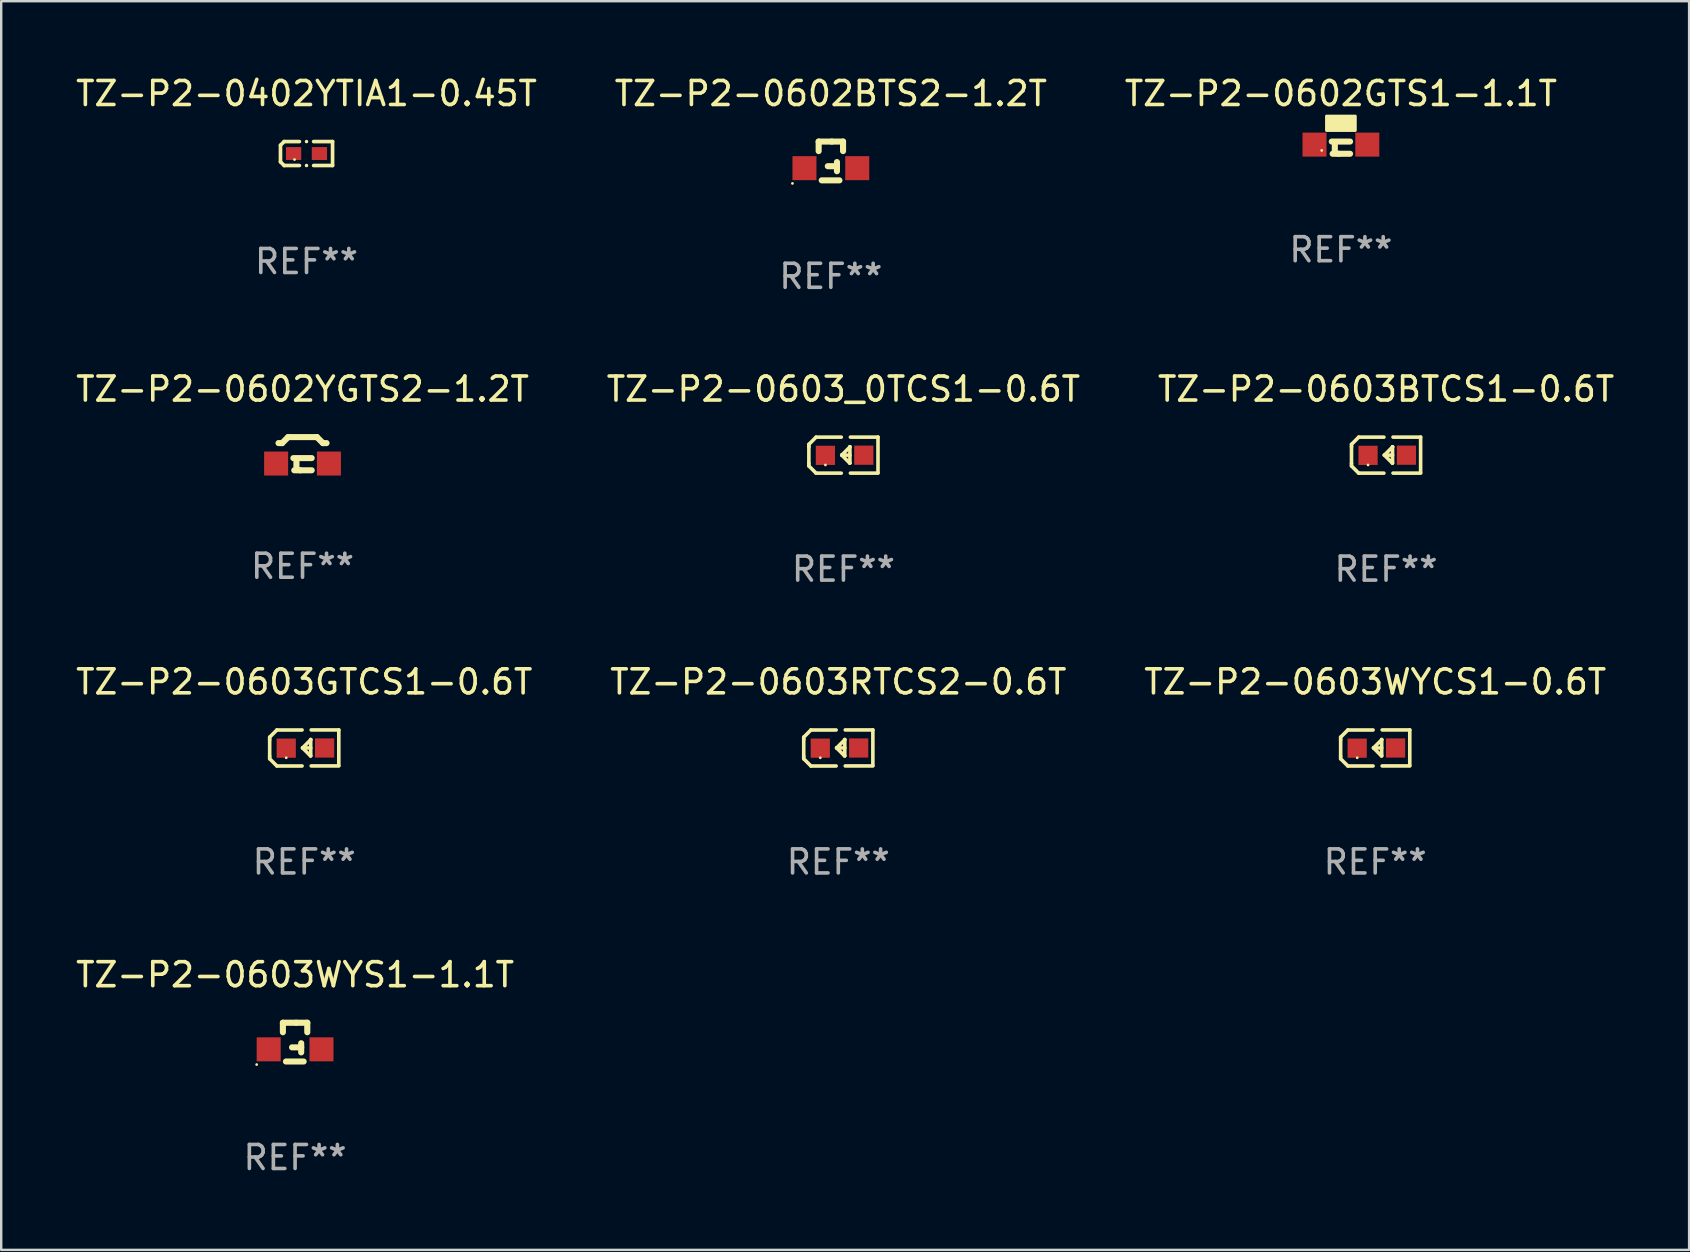
<source format=kicad_pcb>
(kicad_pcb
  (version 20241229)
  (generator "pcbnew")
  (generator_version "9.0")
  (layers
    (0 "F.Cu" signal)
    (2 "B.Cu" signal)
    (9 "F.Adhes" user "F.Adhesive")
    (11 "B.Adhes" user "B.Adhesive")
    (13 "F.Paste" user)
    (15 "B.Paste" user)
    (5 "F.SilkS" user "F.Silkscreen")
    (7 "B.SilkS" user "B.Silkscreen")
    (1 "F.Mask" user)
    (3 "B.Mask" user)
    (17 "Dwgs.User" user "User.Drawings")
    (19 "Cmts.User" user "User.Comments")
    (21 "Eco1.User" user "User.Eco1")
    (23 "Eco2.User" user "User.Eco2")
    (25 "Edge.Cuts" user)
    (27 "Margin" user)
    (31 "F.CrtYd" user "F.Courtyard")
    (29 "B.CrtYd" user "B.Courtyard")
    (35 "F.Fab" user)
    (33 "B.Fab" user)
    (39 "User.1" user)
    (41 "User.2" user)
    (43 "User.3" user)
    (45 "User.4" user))
  (footprint "TZ-P2-0603WYCS1-0.6T"
    (layer "F.Cu")
    (at 54.244 28.111)
    (property "Reference" "TZ-P2-0603WYCS1-0.6T" (at 0 -2.751 0) (layer "F.SilkS") (effects (font (size 1 1) (thickness 0.15))))
    (attr through_hole)
    (fp_line (start -1.44 -0.449) (end -1.14 -0.749) (stroke (width 0.15) (type solid)) (layer "F.SilkS"))
    (fp_line (start -1.44 -0.349) (end -1.44 -0.449) (stroke (width 0.15) (type solid)) (layer "F.SilkS"))
    (fp_line (start -1.44 -0.349) (end -1.44 0.351) (stroke (width 0.15) (type solid)) (layer "F.SilkS"))
    (fp_line (start -1.44 0.351) (end -1.44 0.451) (stroke (width 0.15) (type solid)) (layer "F.SilkS"))
    (fp_line (start -1.44 0.451) (end -1.14 0.751) (stroke (width 0.15) (type solid)) (layer "F.SilkS"))
    (fp_line (start -0.09 -0.749) (end -1.14 -0.749) (stroke (width 0.15) (type solid)) (layer "F.SilkS"))
    (fp_line (start -0.09 0.751) (end -1.14 0.751) (stroke (width 0.15) (type solid)) (layer "F.SilkS"))
    (fp_line (start 0.26 0.329) (end -0.07 -0.001) (stroke (width 0.15) (type solid)) (layer "F.SilkS"))
    (fp_line (start 0.27 -0.351) (end 0.27 -0.341) (stroke (width 0.15) (type solid)) (layer "F.SilkS"))
    (fp_line (start 0.27 -0.351) (end 0.27 0.329) (stroke (width 0.15) (type solid)) (layer "F.SilkS"))
    (fp_line (start 0.27 -0.341) (end -0.07 -0.001) (stroke (width 0.15) (type solid)) (layer "F.SilkS"))
    (fp_line (start 0.27 -0.001) (end -0.07 -0.001) (stroke (width 0.15) (type solid)) (layer "F.SilkS"))
    (fp_line (start 0.27 0.329) (end 0.26 0.329) (stroke (width 0.15) (type solid)) (layer "F.SilkS"))
    (fp_line (start 0.29 -0.751) (end 1.44 -0.751) (stroke (width 0.15) (type solid)) (layer "F.SilkS"))
    (fp_line (start 0.29 0.749) (end 1.44 0.749) (stroke (width 0.15) (type solid)) (layer "F.SilkS"))
    (fp_line (start 1.44 -0.751) (end 1.44 0.729) (stroke (width 0.15) (type solid)) (layer "F.SilkS"))
    (fp_circle (center -0.75 0.409) (end -0.72 0.409) (stroke (width 0.06) (type solid)) (fill no) (layer "F.SilkS"))
    (fp_text user "REF**" (at 0 4.751 0) (layer "F.Fab") (effects (font (size 1 1) (thickness 0.15))))
    (pad "1" smd rect (at -0.75 0.009 90) (size 0.8 0.8) (layers "F.Cu" "F.Mask" "F.Paste"))
    (pad "2" smd rect (at 0.849 0.002 90) (size 0.8 0.8) (layers "F.Cu" "F.Mask" "F.Paste")))
  (footprint "TZ-P2-0602BTS2-1.2T"
    (layer "F.Cu")
    (at 31.565 3.656)
    (property "Reference" "TZ-P2-0602BTS2-1.2T" (at 0 -2.808 0) (layer "F.SilkS") (effects (font (size 1 1) (thickness 0.15))))
    (attr through_hole)
    (fp_line (start -0.508 -0.808) (end -0.508 -0.412) (stroke (width 0.254) (type solid)) (layer "F.SilkS"))
    (fp_line (start -0.381 0.808) (end 0.357 0.808) (stroke (width 0.254) (type solid)) (layer "F.SilkS"))
    (fp_line (start 0.043 -0.808) (end -0.508 -0.808) (stroke (width 0.254) (type solid)) (layer "F.SilkS"))
    (fp_line (start 0.043 -0.808) (end 0.508 -0.808) (stroke (width 0.254) (type solid)) (layer "F.SilkS"))
    (fp_line (start 0.254 0.046) (end 0.254 0.427) (stroke (width 0.254) (type solid)) (layer "F.SilkS"))
    (fp_line (start 0.254 0.218) (end -0.127 0.218) (stroke (width 0.254) (type solid)) (layer "F.SilkS"))
    (fp_line (start 0.508 -0.808) (end 0.508 -0.412) (stroke (width 0.254) (type solid)) (layer "F.SilkS"))
    (fp_circle (center -1.6 0.935) (end -1.57 0.935) (stroke (width 0.06) (type solid)) (fill no) (layer "F.SilkS"))
    (fp_text user "REF**" (at 0 4.808 0) (layer "F.Fab") (effects (font (size 1 1) (thickness 0.15))))
    (pad "1" smd rect (at -1.1 0.3) (size 1 1) (layers "F.Cu" "F.Mask" "F.Paste"))
    (pad "2" smd rect (at 1.1 0.3) (size 1 1) (layers "F.Cu" "F.Mask" "F.Paste")))
  (footprint "TZ-P2-0603RTCS2-0.6T"
    (layer "F.Cu")
    (at 31.875 28.111)
    (property "Reference" "TZ-P2-0603RTCS2-0.6T" (at 0 -2.751 0) (layer "F.SilkS") (effects (font (size 1 1) (thickness 0.15))))
    (attr through_hole)
    (fp_line (start -1.44 -0.449) (end -1.14 -0.749) (stroke (width 0.15) (type solid)) (layer "F.SilkS"))
    (fp_line (start -1.44 -0.349) (end -1.44 -0.449) (stroke (width 0.15) (type solid)) (layer "F.SilkS"))
    (fp_line (start -1.44 -0.349) (end -1.44 0.351) (stroke (width 0.15) (type solid)) (layer "F.SilkS"))
    (fp_line (start -1.44 0.351) (end -1.44 0.451) (stroke (width 0.15) (type solid)) (layer "F.SilkS"))
    (fp_line (start -1.44 0.451) (end -1.14 0.751) (stroke (width 0.15) (type solid)) (layer "F.SilkS"))
    (fp_line (start -0.09 -0.749) (end -1.14 -0.749) (stroke (width 0.15) (type solid)) (layer "F.SilkS"))
    (fp_line (start -0.09 0.751) (end -1.14 0.751) (stroke (width 0.15) (type solid)) (layer "F.SilkS"))
    (fp_line (start 0.26 0.329) (end -0.07 -0.001) (stroke (width 0.15) (type solid)) (layer "F.SilkS"))
    (fp_line (start 0.27 -0.351) (end 0.27 -0.341) (stroke (width 0.15) (type solid)) (layer "F.SilkS"))
    (fp_line (start 0.27 -0.351) (end 0.27 0.329) (stroke (width 0.15) (type solid)) (layer "F.SilkS"))
    (fp_line (start 0.27 -0.341) (end -0.07 -0.001) (stroke (width 0.15) (type solid)) (layer "F.SilkS"))
    (fp_line (start 0.27 -0.001) (end -0.07 -0.001) (stroke (width 0.15) (type solid)) (layer "F.SilkS"))
    (fp_line (start 0.27 0.329) (end 0.26 0.329) (stroke (width 0.15) (type solid)) (layer "F.SilkS"))
    (fp_line (start 0.29 -0.751) (end 1.44 -0.751) (stroke (width 0.15) (type solid)) (layer "F.SilkS"))
    (fp_line (start 0.29 0.749) (end 1.44 0.749) (stroke (width 0.15) (type solid)) (layer "F.SilkS"))
    (fp_line (start 1.44 -0.751) (end 1.44 0.729) (stroke (width 0.15) (type solid)) (layer "F.SilkS"))
    (fp_circle (center -0.75 0.409) (end -0.72 0.409) (stroke (width 0.06) (type solid)) (fill no) (layer "F.SilkS"))
    (fp_text user "REF**" (at 0 4.751 0) (layer "F.Fab") (effects (font (size 1 1) (thickness 0.15))))
    (pad "1" smd rect (at -0.75 0.009 90) (size 0.8 0.8) (layers "F.Cu" "F.Mask" "F.Paste"))
    (pad "2" smd rect (at 0.849 0.002 90) (size 0.8 0.8) (layers "F.Cu" "F.Mask" "F.Paste")))
  (footprint "TZ-P2-0402YTIA1-0.45T"
    (layer "F.Cu")
    (at 9.72 3.347)
    (property "Reference" "TZ-P2-0402YTIA1-0.45T" (at 0 -2.499 0) (layer "F.SilkS") (effects (font (size 1 1) (thickness 0.15))))
    (attr through_hole)
    (fp_line (start -1.085 -0.346) (end -0.933 -0.499) (stroke (width 0.152) (type solid)) (layer "F.SilkS"))
    (fp_line (start -1.085 0.346) (end -1.085 -0.346) (stroke (width 0.152) (type solid)) (layer "F.SilkS"))
    (fp_line (start -0.933 -0.499) (end -0.296 -0.499) (stroke (width 0.152) (type solid)) (layer "F.SilkS"))
    (fp_line (start -0.933 0.499) (end -1.085 0.346) (stroke (width 0.152) (type solid)) (layer "F.SilkS"))
    (fp_line (start -0.296 0.499) (end -0.933 0.499) (stroke (width 0.152) (type solid)) (layer "F.SilkS"))
    (fp_line (start 0.296 0.499) (end 1.085 0.499) (stroke (width 0.152) (type solid)) (layer "F.SilkS"))
    (fp_line (start 1.085 -0.499) (end 0.296 -0.499) (stroke (width 0.152) (type solid)) (layer "F.SilkS"))
    (fp_line (start 1.085 0.499) (end 1.085 -0.499) (stroke (width 0.152) (type solid)) (layer "F.SilkS"))
    (fp_circle (center -0.5 0.25) (end -0.47 0.25) (stroke (width 0.06) (type solid)) (fill no) (layer "F.SilkS"))
    (fp_circle (center 0 -0.499) (end 0.038 -0.499) (stroke (width 0.076) (type solid)) (fill no) (layer "F.SilkS"))
    (fp_circle (center 0 0.499) (end 0.038 0.499) (stroke (width 0.076) (type solid)) (fill no) (layer "F.SilkS"))
    (fp_text user "REF**" (at 0 4.499 0) (layer "F.Fab") (effects (font (size 1 1) (thickness 0.15))))
    (pad "1" smd rect (at -0.538 0) (size 0.636 0.54) (layers "F.Cu" "F.Mask" "F.Paste"))
    (pad "2" smd rect (at 0.538 0) (size 0.636 0.54) (layers "F.Cu" "F.Mask" "F.Paste")))
  (footprint "TZ-P2-0602YGTS2-1.2T"
    (layer "F.Cu")
    (at 9.554 15.852)
    (property "Reference" "TZ-P2-0602YGTS2-1.2T" (at 0 -2.691 0) (layer "F.SilkS") (effects (font (size 1 1) (thickness 0.15))))
    (attr through_hole)
    (fp_line (start -1 -0.442) (end -0.85 -0.442) (stroke (width 0.254) (type solid)) (layer "F.SilkS"))
    (fp_line (start -0.85 -0.442) (end -0.6 -0.691) (stroke (width 0.254) (type solid)) (layer "F.SilkS"))
    (fp_line (start -0.6 -0.691) (end 0.6 -0.691) (stroke (width 0.254) (type solid)) (layer "F.SilkS"))
    (fp_line (start -0.344 0.691) (end -0.092 0.691) (stroke (width 0.254) (type solid)) (layer "F.SilkS"))
    (fp_line (start -0.254 0.564) (end -0.254 0.31) (stroke (width 0.254) (type solid)) (layer "F.SilkS"))
    (fp_line (start -0.092 0.691) (end 0.381 0.691) (stroke (width 0.254) (type solid)) (layer "F.SilkS"))
    (fp_line (start 0.381 0.183) (end -0.381 0.183) (stroke (width 0.254) (type solid)) (layer "F.SilkS"))
    (fp_line (start 0.6 -0.691) (end 0.85 -0.442) (stroke (width 0.254) (type solid)) (layer "F.SilkS"))
    (fp_line (start 0.85 -0.442) (end 1 -0.442) (stroke (width 0.254) (type solid)) (layer "F.SilkS"))
    (fp_circle (center 0.8 -0.534) (end 0.83 -0.534) (stroke (width 0.06) (type solid)) (fill no) (layer "F.SilkS"))
    (fp_text user "REF**" (at 0 4.691 0) (layer "F.Fab") (effects (font (size 1 1) (thickness 0.15))))
    (pad "1" smd rect (at 1.1 0.41) (size 1 1) (layers "F.Cu" "F.Mask" "F.Paste"))
    (pad "2" smd rect (at -1.1 0.41) (size 1 1) (layers "F.Cu" "F.Mask" "F.Paste")))
  (footprint "TZ-P2-0602GTS1-1.1T"
    (layer "F.Cu")
    (at 52.815 3.102)
    (property "Reference" "TZ-P2-0602GTS1-1.1T" (at 0 -2.254 0) (layer "F.SilkS") (effects (font (size 1 1) (thickness 0.15))))
    (attr through_hole)
    (fp_line (start -0.344 0.254) (end -0.092 0.254) (stroke (width 0.254) (type solid)) (layer "F.SilkS"))
    (fp_line (start -0.254 0.127) (end -0.254 -0.127) (stroke (width 0.254) (type solid)) (layer "F.SilkS"))
    (fp_line (start -0.092 0.254) (end 0.381 0.254) (stroke (width 0.254) (type solid)) (layer "F.SilkS"))
    (fp_line (start 0.381 -0.254) (end -0.381 -0.254) (stroke (width 0.254) (type solid)) (layer "F.SilkS"))
    (fp_circle (center -0.8 0.115) (end -0.77 0.115) (stroke (width 0.06) (type solid)) (fill no) (layer "F.SilkS"))
    (fp_poly (pts (xy -0.6 -1.316) (xy 0.6 -1.316) (xy 0.6 -0.716) (xy -0.6 -0.716)) (stroke (width 0.12) (type solid)) (fill yes) (layer "F.SilkS"))
    (fp_text user "REF**" (at 0 4.254 0) (layer "F.Fab") (effects (font (size 1 1) (thickness 0.15))))
    (pad "1" smd rect (at -1.1 -0.127) (size 1 1) (layers "F.Cu" "F.Mask" "F.Paste"))
    (pad "2" smd rect (at 1.1 -0.127) (size 1 1) (layers "F.Cu" "F.Mask" "F.Paste")))
  (footprint "TZ-P2-0603WYS1-1.1T"
    (layer "F.Cu")
    (at 9.244 40.367)
    (property "Reference" "TZ-P2-0603WYS1-1.1T" (at 0 -2.808 0) (layer "F.SilkS") (effects (font (size 1 1) (thickness 0.15))))
    (attr through_hole)
    (fp_line (start -0.508 -0.808) (end -0.508 -0.412) (stroke (width 0.254) (type solid)) (layer "F.SilkS"))
    (fp_line (start -0.381 0.808) (end 0.357 0.808) (stroke (width 0.254) (type solid)) (layer "F.SilkS"))
    (fp_line (start 0.043 -0.808) (end -0.508 -0.808) (stroke (width 0.254) (type solid)) (layer "F.SilkS"))
    (fp_line (start 0.043 -0.808) (end 0.508 -0.808) (stroke (width 0.254) (type solid)) (layer "F.SilkS"))
    (fp_line (start 0.254 0.046) (end 0.254 0.427) (stroke (width 0.254) (type solid)) (layer "F.SilkS"))
    (fp_line (start 0.254 0.218) (end -0.127 0.218) (stroke (width 0.254) (type solid)) (layer "F.SilkS"))
    (fp_line (start 0.508 -0.808) (end 0.508 -0.412) (stroke (width 0.254) (type solid)) (layer "F.SilkS"))
    (fp_circle (center -1.6 0.935) (end -1.57 0.935) (stroke (width 0.06) (type solid)) (fill no) (layer "F.SilkS"))
    (fp_text user "REF**" (at 0 4.808 0) (layer "F.Fab") (effects (font (size 1 1) (thickness 0.15))))
    (pad "1" smd rect (at -1.1 0.3) (size 1 1) (layers "F.Cu" "F.Mask" "F.Paste"))
    (pad "2" smd rect (at 1.1 0.3) (size 1 1) (layers "F.Cu" "F.Mask" "F.Paste")))
  (footprint "TZ-P2-0603_0TCS1-0.6T"
    (layer "F.Cu")
    (at 32.089 15.912)
    (property "Reference" "TZ-P2-0603_0TCS1-0.6T" (at 0 -2.751 0) (layer "F.SilkS") (effects (font (size 1 1) (thickness 0.15))))
    (attr through_hole)
    (fp_line (start -1.44 -0.449) (end -1.14 -0.749) (stroke (width 0.15) (type solid)) (layer "F.SilkS"))
    (fp_line (start -1.44 -0.349) (end -1.44 -0.449) (stroke (width 0.15) (type solid)) (layer "F.SilkS"))
    (fp_line (start -1.44 -0.349) (end -1.44 0.351) (stroke (width 0.15) (type solid)) (layer "F.SilkS"))
    (fp_line (start -1.44 0.351) (end -1.44 0.451) (stroke (width 0.15) (type solid)) (layer "F.SilkS"))
    (fp_line (start -1.44 0.451) (end -1.14 0.751) (stroke (width 0.15) (type solid)) (layer "F.SilkS"))
    (fp_line (start -0.09 -0.749) (end -1.14 -0.749) (stroke (width 0.15) (type solid)) (layer "F.SilkS"))
    (fp_line (start -0.09 0.751) (end -1.14 0.751) (stroke (width 0.15) (type solid)) (layer "F.SilkS"))
    (fp_line (start 0.26 0.329) (end -0.07 -0.001) (stroke (width 0.15) (type solid)) (layer "F.SilkS"))
    (fp_line (start 0.27 -0.351) (end 0.27 -0.341) (stroke (width 0.15) (type solid)) (layer "F.SilkS"))
    (fp_line (start 0.27 -0.351) (end 0.27 0.329) (stroke (width 0.15) (type solid)) (layer "F.SilkS"))
    (fp_line (start 0.27 -0.341) (end -0.07 -0.001) (stroke (width 0.15) (type solid)) (layer "F.SilkS"))
    (fp_line (start 0.27 -0.001) (end -0.07 -0.001) (stroke (width 0.15) (type solid)) (layer "F.SilkS"))
    (fp_line (start 0.27 0.329) (end 0.26 0.329) (stroke (width 0.15) (type solid)) (layer "F.SilkS"))
    (fp_line (start 0.29 -0.751) (end 1.44 -0.751) (stroke (width 0.15) (type solid)) (layer "F.SilkS"))
    (fp_line (start 0.29 0.749) (end 1.44 0.749) (stroke (width 0.15) (type solid)) (layer "F.SilkS"))
    (fp_line (start 1.44 -0.751) (end 1.44 0.729) (stroke (width 0.15) (type solid)) (layer "F.SilkS"))
    (fp_circle (center -0.75 0.409) (end -0.72 0.409) (stroke (width 0.06) (type solid)) (fill no) (layer "F.SilkS"))
    (fp_text user "REF**" (at 0 4.751 0) (layer "F.Fab") (effects (font (size 1 1) (thickness 0.15))))
    (pad "1" smd rect (at -0.75 0.009 90) (size 0.8 0.8) (layers "F.Cu" "F.Mask" "F.Paste"))
    (pad "2" smd rect (at 0.849 0.002 90) (size 0.8 0.8) (layers "F.Cu" "F.Mask" "F.Paste")))
  (footprint "TZ-P2-0603GTCS1-0.6T"
    (layer "F.Cu")
    (at 9.625 28.111)
    (property "Reference" "TZ-P2-0603GTCS1-0.6T" (at 0 -2.751 0) (layer "F.SilkS") (effects (font (size 1 1) (thickness 0.15))))
    (attr through_hole)
    (fp_line (start -1.44 -0.449) (end -1.14 -0.749) (stroke (width 0.15) (type solid)) (layer "F.SilkS"))
    (fp_line (start -1.44 -0.349) (end -1.44 -0.449) (stroke (width 0.15) (type solid)) (layer "F.SilkS"))
    (fp_line (start -1.44 -0.349) (end -1.44 0.351) (stroke (width 0.15) (type solid)) (layer "F.SilkS"))
    (fp_line (start -1.44 0.351) (end -1.44 0.451) (stroke (width 0.15) (type solid)) (layer "F.SilkS"))
    (fp_line (start -1.44 0.451) (end -1.14 0.751) (stroke (width 0.15) (type solid)) (layer "F.SilkS"))
    (fp_line (start -0.09 -0.749) (end -1.14 -0.749) (stroke (width 0.15) (type solid)) (layer "F.SilkS"))
    (fp_line (start -0.09 0.751) (end -1.14 0.751) (stroke (width 0.15) (type solid)) (layer "F.SilkS"))
    (fp_line (start 0.26 0.329) (end -0.07 -0.001) (stroke (width 0.15) (type solid)) (layer "F.SilkS"))
    (fp_line (start 0.27 -0.351) (end 0.27 -0.341) (stroke (width 0.15) (type solid)) (layer "F.SilkS"))
    (fp_line (start 0.27 -0.351) (end 0.27 0.329) (stroke (width 0.15) (type solid)) (layer "F.SilkS"))
    (fp_line (start 0.27 -0.341) (end -0.07 -0.001) (stroke (width 0.15) (type solid)) (layer "F.SilkS"))
    (fp_line (start 0.27 -0.001) (end -0.07 -0.001) (stroke (width 0.15) (type solid)) (layer "F.SilkS"))
    (fp_line (start 0.27 0.329) (end 0.26 0.329) (stroke (width 0.15) (type solid)) (layer "F.SilkS"))
    (fp_line (start 0.29 -0.751) (end 1.44 -0.751) (stroke (width 0.15) (type solid)) (layer "F.SilkS"))
    (fp_line (start 0.29 0.749) (end 1.44 0.749) (stroke (width 0.15) (type solid)) (layer "F.SilkS"))
    (fp_line (start 1.44 -0.751) (end 1.44 0.729) (stroke (width 0.15) (type solid)) (layer "F.SilkS"))
    (fp_circle (center -0.75 0.409) (end -0.72 0.409) (stroke (width 0.06) (type solid)) (fill no) (layer "F.SilkS"))
    (fp_text user "REF**" (at 0 4.751 0) (layer "F.Fab") (effects (font (size 1 1) (thickness 0.15))))
    (pad "1" smd rect (at -0.75 0.009 90) (size 0.8 0.8) (layers "F.Cu" "F.Mask" "F.Paste"))
    (pad "2" smd rect (at 0.849 0.002 90) (size 0.8 0.8) (layers "F.Cu" "F.Mask" "F.Paste")))
  (footprint "TZ-P2-0603BTCS1-0.6T"
    (layer "F.Cu")
    (at 54.696 15.912)
    (property "Reference" "TZ-P2-0603BTCS1-0.6T" (at 0 -2.751 0) (layer "F.SilkS") (effects (font (size 1 1) (thickness 0.15))))
    (attr through_hole)
    (fp_line (start -1.44 -0.449) (end -1.14 -0.749) (stroke (width 0.15) (type solid)) (layer "F.SilkS"))
    (fp_line (start -1.44 -0.349) (end -1.44 -0.449) (stroke (width 0.15) (type solid)) (layer "F.SilkS"))
    (fp_line (start -1.44 -0.349) (end -1.44 0.351) (stroke (width 0.15) (type solid)) (layer "F.SilkS"))
    (fp_line (start -1.44 0.351) (end -1.44 0.451) (stroke (width 0.15) (type solid)) (layer "F.SilkS"))
    (fp_line (start -1.44 0.451) (end -1.14 0.751) (stroke (width 0.15) (type solid)) (layer "F.SilkS"))
    (fp_line (start -0.09 -0.749) (end -1.14 -0.749) (stroke (width 0.15) (type solid)) (layer "F.SilkS"))
    (fp_line (start -0.09 0.751) (end -1.14 0.751) (stroke (width 0.15) (type solid)) (layer "F.SilkS"))
    (fp_line (start 0.26 0.329) (end -0.07 -0.001) (stroke (width 0.15) (type solid)) (layer "F.SilkS"))
    (fp_line (start 0.27 -0.351) (end 0.27 -0.341) (stroke (width 0.15) (type solid)) (layer "F.SilkS"))
    (fp_line (start 0.27 -0.351) (end 0.27 0.329) (stroke (width 0.15) (type solid)) (layer "F.SilkS"))
    (fp_line (start 0.27 -0.341) (end -0.07 -0.001) (stroke (width 0.15) (type solid)) (layer "F.SilkS"))
    (fp_line (start 0.27 -0.001) (end -0.07 -0.001) (stroke (width 0.15) (type solid)) (layer "F.SilkS"))
    (fp_line (start 0.27 0.329) (end 0.26 0.329) (stroke (width 0.15) (type solid)) (layer "F.SilkS"))
    (fp_line (start 0.29 -0.751) (end 1.44 -0.751) (stroke (width 0.15) (type solid)) (layer "F.SilkS"))
    (fp_line (start 0.29 0.749) (end 1.44 0.749) (stroke (width 0.15) (type solid)) (layer "F.SilkS"))
    (fp_line (start 1.44 -0.751) (end 1.44 0.729) (stroke (width 0.15) (type solid)) (layer "F.SilkS"))
    (fp_circle (center -0.75 0.409) (end -0.72 0.409) (stroke (width 0.06) (type solid)) (fill no) (layer "F.SilkS"))
    (fp_text user "REF**" (at 0 4.751 0) (layer "F.Fab") (effects (font (size 1 1) (thickness 0.15))))
    (pad "1" smd rect (at -0.75 0.009 90) (size 0.8 0.8) (layers "F.Cu" "F.Mask" "F.Paste"))
    (pad "2" smd rect (at 0.849 0.002 90) (size 0.8 0.8) (layers "F.Cu" "F.Mask" "F.Paste")))
  (gr_rect
    (start -3 -3)
    (end 67.321 49.023)
    (stroke (width 0.1) (type default))
    (fill no)
    (layer "Edge.Cuts")))
</source>
